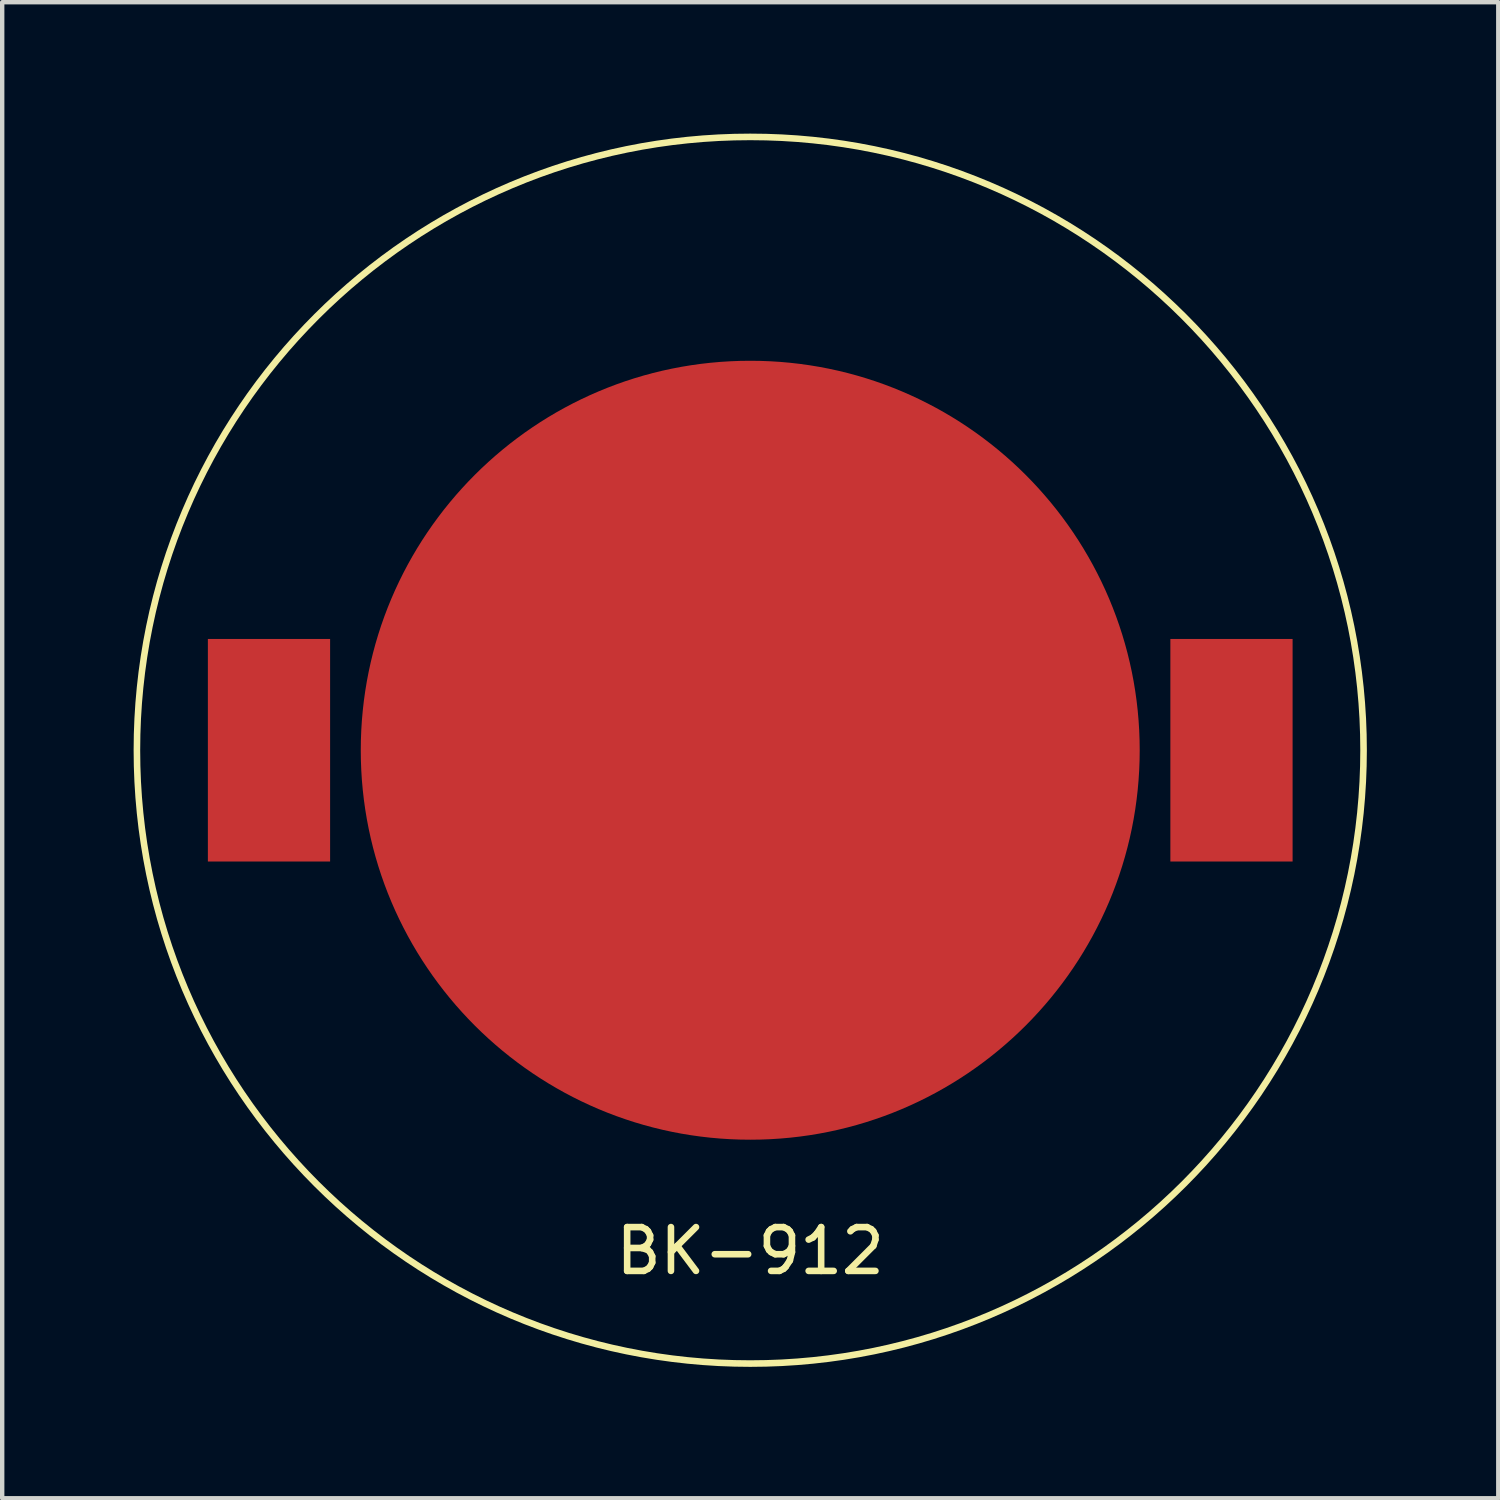
<source format=kicad_pcb>
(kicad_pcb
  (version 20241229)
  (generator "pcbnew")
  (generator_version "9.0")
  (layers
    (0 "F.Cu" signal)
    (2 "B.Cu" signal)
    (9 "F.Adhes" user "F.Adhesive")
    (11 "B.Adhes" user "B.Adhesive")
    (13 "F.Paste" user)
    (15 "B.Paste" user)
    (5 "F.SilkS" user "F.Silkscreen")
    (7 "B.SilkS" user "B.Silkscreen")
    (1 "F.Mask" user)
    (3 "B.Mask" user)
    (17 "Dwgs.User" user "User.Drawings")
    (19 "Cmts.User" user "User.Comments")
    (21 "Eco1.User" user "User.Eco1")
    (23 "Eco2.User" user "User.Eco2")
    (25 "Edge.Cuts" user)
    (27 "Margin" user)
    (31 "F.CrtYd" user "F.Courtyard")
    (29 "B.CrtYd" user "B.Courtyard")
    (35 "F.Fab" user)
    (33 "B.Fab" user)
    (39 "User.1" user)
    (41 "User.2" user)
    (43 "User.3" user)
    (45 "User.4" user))
  (footprint "BK-912"
    (layer "F.Cu")
    (at 14.075 14.075)
    (property "Reference" "BK-912" (at 0 11.43 0) (layer "F.SilkS") (effects (font (size 1 1) (thickness 0.15))))
    (attr through_hole)
    (fp_circle (center 0 0) (end 14 0) (stroke (width 0.15) (type solid)) (fill no) (layer "F.SilkS"))
    (pad "1" smd rect (at -10.985 0) (size 2.79 5.08) (layers "F.Cu" "F.Mask" "F.Paste"))
    (pad "1" smd rect (at 10.985 0) (size 2.79 5.08) (layers "F.Cu" "F.Mask" "F.Paste"))
    (pad "2" smd circle (at 0 0) (size 17.78 17.78) (layers "F.Cu" "F.Mask" "F.Paste")))
  (gr_rect
    (start -3 -3)
    (end 31.15 31.15)
    (stroke (width 0.1) (type default))
    (fill no)
    (layer "Edge.Cuts")))
</source>
